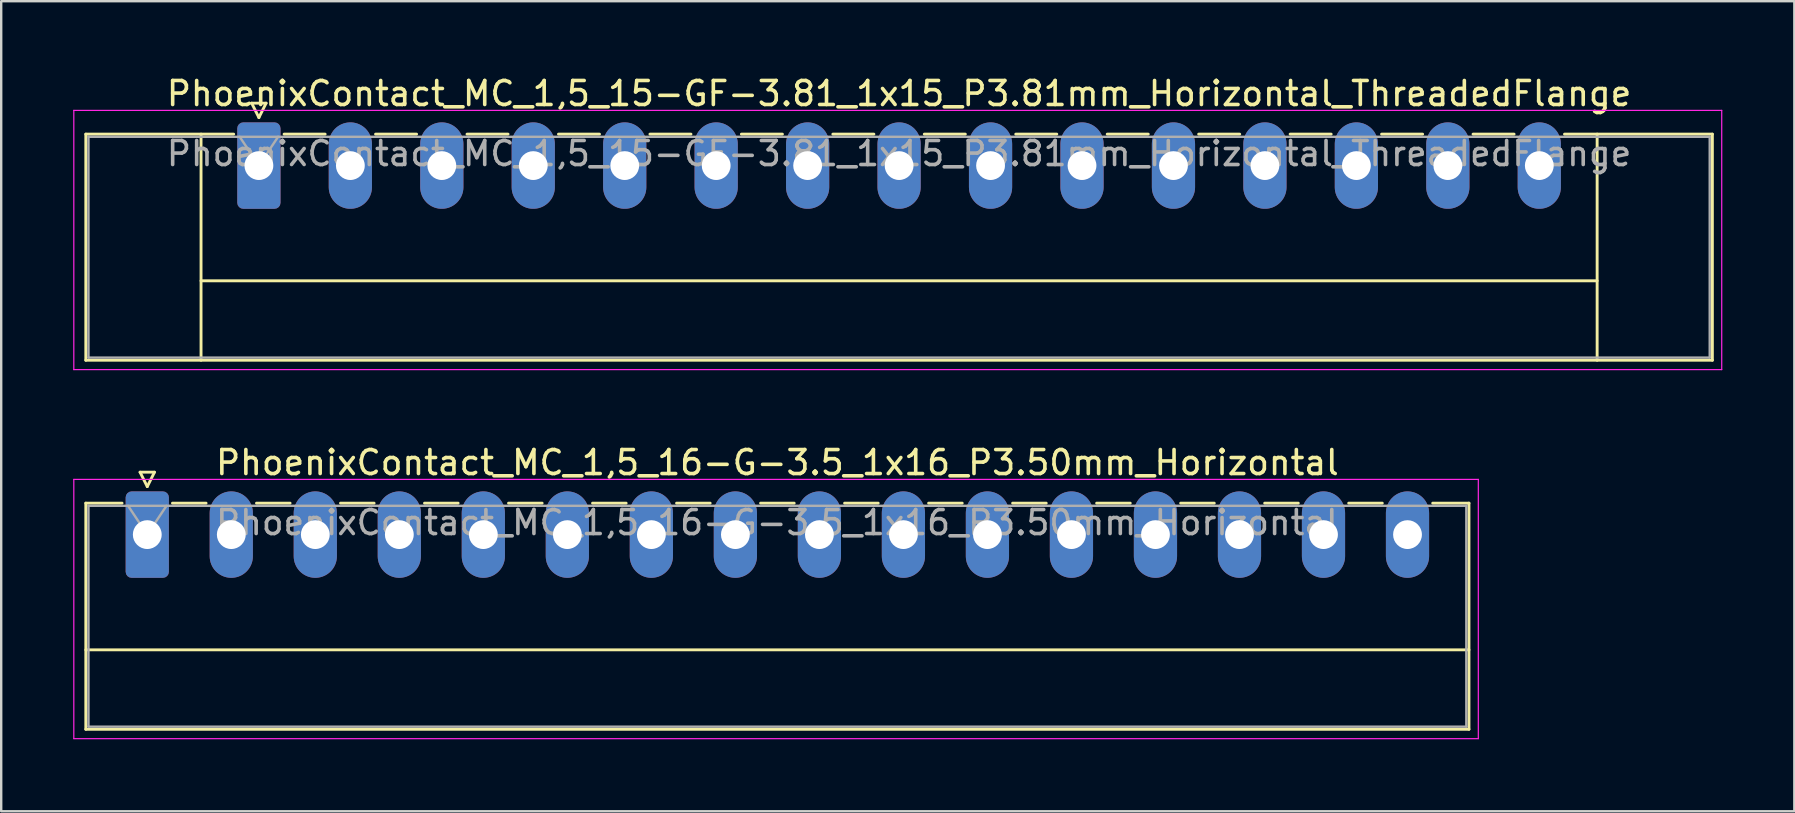
<source format=kicad_pcb>
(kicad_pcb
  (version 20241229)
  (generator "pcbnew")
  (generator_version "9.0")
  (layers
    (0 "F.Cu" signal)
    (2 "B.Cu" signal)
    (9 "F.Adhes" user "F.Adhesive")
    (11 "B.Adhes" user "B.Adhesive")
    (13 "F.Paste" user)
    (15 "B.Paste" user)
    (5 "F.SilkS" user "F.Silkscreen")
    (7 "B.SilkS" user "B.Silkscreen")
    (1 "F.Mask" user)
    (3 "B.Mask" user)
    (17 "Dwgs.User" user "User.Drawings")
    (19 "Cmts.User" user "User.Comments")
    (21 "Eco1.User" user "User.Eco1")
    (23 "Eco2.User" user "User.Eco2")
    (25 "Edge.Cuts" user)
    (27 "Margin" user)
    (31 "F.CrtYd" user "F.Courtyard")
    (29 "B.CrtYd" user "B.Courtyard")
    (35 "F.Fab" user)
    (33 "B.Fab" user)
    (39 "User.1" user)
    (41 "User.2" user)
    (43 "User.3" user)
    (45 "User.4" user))
  (footprint "PhoenixContact_MC_1,5_15-GF-3.81_1x15_P3.81mm_Horizontal_ThreadedFlange"
    (layer "F.Cu")
    (at 7.735 3.848)
    (property "Reference" "PhoenixContact_MC_1,5_15-GF-3.81_1x15_P3.81mm_Horizontal_ThreadedFlange" (at 26.67 -3 0) (layer "F.SilkS") (effects (font (size 1 1) (thickness 0.15))))
    (attr through_hole)
    (fp_line (start -7.21 -1.31) (end -7.21 8.11) (stroke (width 0.12) (type solid)) (layer "F.SilkS"))
    (fp_line (start -7.21 -1.31) (end -1.05 -1.31) (stroke (width 0.12) (type solid)) (layer "F.SilkS"))
    (fp_line (start -7.21 8.11) (end 60.55 8.11) (stroke (width 0.12) (type solid)) (layer "F.SilkS"))
    (fp_line (start -2.41 -1.31) (end -2.41 8.11) (stroke (width 0.12) (type solid)) (layer "F.SilkS"))
    (fp_line (start -2.41 4.8) (end 55.75 4.8) (stroke (width 0.12) (type solid)) (layer "F.SilkS"))
    (fp_line (start -0.3 -2.6) (end 0.3 -2.6) (stroke (width 0.12) (type solid)) (layer "F.SilkS"))
    (fp_line (start 0 -2) (end -0.3 -2.6) (stroke (width 0.12) (type solid)) (layer "F.SilkS"))
    (fp_line (start 0.3 -2.6) (end 0 -2) (stroke (width 0.12) (type solid)) (layer "F.SilkS"))
    (fp_line (start 1.05 -1.31) (end 2.76 -1.31) (stroke (width 0.12) (type solid)) (layer "F.SilkS"))
    (fp_line (start 4.86 -1.31) (end 6.57 -1.31) (stroke (width 0.12) (type solid)) (layer "F.SilkS"))
    (fp_line (start 8.67 -1.31) (end 10.38 -1.31) (stroke (width 0.12) (type solid)) (layer "F.SilkS"))
    (fp_line (start 12.48 -1.31) (end 14.19 -1.31) (stroke (width 0.12) (type solid)) (layer "F.SilkS"))
    (fp_line (start 16.29 -1.31) (end 18 -1.31) (stroke (width 0.12) (type solid)) (layer "F.SilkS"))
    (fp_line (start 20.1 -1.31) (end 21.81 -1.31) (stroke (width 0.12) (type solid)) (layer "F.SilkS"))
    (fp_line (start 23.91 -1.31) (end 25.62 -1.31) (stroke (width 0.12) (type solid)) (layer "F.SilkS"))
    (fp_line (start 27.72 -1.31) (end 29.43 -1.31) (stroke (width 0.12) (type solid)) (layer "F.SilkS"))
    (fp_line (start 31.53 -1.31) (end 33.24 -1.31) (stroke (width 0.12) (type solid)) (layer "F.SilkS"))
    (fp_line (start 35.34 -1.31) (end 37.05 -1.31) (stroke (width 0.12) (type solid)) (layer "F.SilkS"))
    (fp_line (start 39.15 -1.31) (end 40.86 -1.31) (stroke (width 0.12) (type solid)) (layer "F.SilkS"))
    (fp_line (start 42.96 -1.31) (end 44.67 -1.31) (stroke (width 0.12) (type solid)) (layer "F.SilkS"))
    (fp_line (start 46.77 -1.31) (end 48.48 -1.31) (stroke (width 0.12) (type solid)) (layer "F.SilkS"))
    (fp_line (start 50.58 -1.31) (end 52.29 -1.31) (stroke (width 0.12) (type solid)) (layer "F.SilkS"))
    (fp_line (start 55.75 -1.31) (end 55.75 8.11) (stroke (width 0.12) (type solid)) (layer "F.SilkS"))
    (fp_line (start 60.55 -1.31) (end 54.39 -1.31) (stroke (width 0.12) (type solid)) (layer "F.SilkS"))
    (fp_line (start 60.55 8.11) (end 60.55 -1.31) (stroke (width 0.12) (type solid)) (layer "F.SilkS"))
    (fp_line (start -7.71 -2.3) (end -7.71 8.5) (stroke (width 0.05) (type solid)) (layer "F.CrtYd"))
    (fp_line (start -7.71 8.5) (end 60.94 8.5) (stroke (width 0.05) (type solid)) (layer "F.CrtYd"))
    (fp_line (start 60.94 -2.3) (end -7.71 -2.3) (stroke (width 0.05) (type solid)) (layer "F.CrtYd"))
    (fp_line (start 60.94 8.5) (end 60.94 -2.3) (stroke (width 0.05) (type solid)) (layer "F.CrtYd"))
    (fp_line (start -7.1 -1.2) (end -7.1 8) (stroke (width 0.1) (type solid)) (layer "F.Fab"))
    (fp_line (start -7.1 8) (end 60.44 8) (stroke (width 0.1) (type solid)) (layer "F.Fab"))
    (fp_line (start 0 0) (end -0.8 -1.2) (stroke (width 0.1) (type solid)) (layer "F.Fab"))
    (fp_line (start 0.8 -1.2) (end 0 0) (stroke (width 0.1) (type solid)) (layer "F.Fab"))
    (fp_line (start 60.44 -1.2) (end -7.1 -1.2) (stroke (width 0.1) (type solid)) (layer "F.Fab"))
    (fp_line (start 60.44 8) (end 60.44 -1.2) (stroke (width 0.1) (type solid)) (layer "F.Fab"))
    (fp_text user "${REFERENCE}" (at 26.67 -0.5 0) (layer "F.Fab") (effects (font (size 1 1) (thickness 0.15))))
    (pad "1" thru_hole roundrect (at 0 0) (size 1.8 3.6) (drill 1.2) (layers "*.Cu" "*.Mask") (roundrect_rratio 0.139))
    (pad "2" thru_hole oval (at 3.81 0) (size 1.8 3.6) (drill 1.2) (layers "*.Cu" "*.Mask"))
    (pad "3" thru_hole oval (at 7.62 0) (size 1.8 3.6) (drill 1.2) (layers "*.Cu" "*.Mask"))
    (pad "4" thru_hole oval (at 11.43 0) (size 1.8 3.6) (drill 1.2) (layers "*.Cu" "*.Mask"))
    (pad "5" thru_hole oval (at 15.24 0) (size 1.8 3.6) (drill 1.2) (layers "*.Cu" "*.Mask"))
    (pad "6" thru_hole oval (at 19.05 0) (size 1.8 3.6) (drill 1.2) (layers "*.Cu" "*.Mask"))
    (pad "7" thru_hole oval (at 22.86 0) (size 1.8 3.6) (drill 1.2) (layers "*.Cu" "*.Mask"))
    (pad "8" thru_hole oval (at 26.67 0) (size 1.8 3.6) (drill 1.2) (layers "*.Cu" "*.Mask"))
    (pad "9" thru_hole oval (at 30.48 0) (size 1.8 3.6) (drill 1.2) (layers "*.Cu" "*.Mask"))
    (pad "10" thru_hole oval (at 34.29 0) (size 1.8 3.6) (drill 1.2) (layers "*.Cu" "*.Mask"))
    (pad "11" thru_hole oval (at 38.1 0) (size 1.8 3.6) (drill 1.2) (layers "*.Cu" "*.Mask"))
    (pad "12" thru_hole oval (at 41.91 0) (size 1.8 3.6) (drill 1.2) (layers "*.Cu" "*.Mask"))
    (pad "13" thru_hole oval (at 45.72 0) (size 1.8 3.6) (drill 1.2) (layers "*.Cu" "*.Mask"))
    (pad "14" thru_hole oval (at 49.53 0) (size 1.8 3.6) (drill 1.2) (layers "*.Cu" "*.Mask"))
    (pad "15" thru_hole oval (at 53.34 0) (size 1.8 3.6) (drill 1.2) (layers "*.Cu" "*.Mask")))
  (footprint "PhoenixContact_MC_1,5_16-G-3.5_1x16_P3.50mm_Horizontal"
    (layer "F.Cu")
    (at 3.085 19.221)
    (property "Reference" "PhoenixContact_MC_1,5_16-G-3.5_1x16_P3.50mm_Horizontal" (at 26.25 -3 0) (layer "F.SilkS") (effects (font (size 1 1) (thickness 0.15))))
    (attr through_hole)
    (fp_line (start -2.56 -1.31) (end -2.56 8.11) (stroke (width 0.12) (type solid)) (layer "F.SilkS"))
    (fp_line (start -2.56 -1.31) (end -1.05 -1.31) (stroke (width 0.12) (type solid)) (layer "F.SilkS"))
    (fp_line (start -2.56 4.8) (end 55.06 4.8) (stroke (width 0.12) (type solid)) (layer "F.SilkS"))
    (fp_line (start -2.56 8.11) (end 55.06 8.11) (stroke (width 0.12) (type solid)) (layer "F.SilkS"))
    (fp_line (start -0.3 -2.6) (end 0.3 -2.6) (stroke (width 0.12) (type solid)) (layer "F.SilkS"))
    (fp_line (start 0 -2) (end -0.3 -2.6) (stroke (width 0.12) (type solid)) (layer "F.SilkS"))
    (fp_line (start 0.3 -2.6) (end 0 -2) (stroke (width 0.12) (type solid)) (layer "F.SilkS"))
    (fp_line (start 1.05 -1.31) (end 2.45 -1.31) (stroke (width 0.12) (type solid)) (layer "F.SilkS"))
    (fp_line (start 4.55 -1.31) (end 5.95 -1.31) (stroke (width 0.12) (type solid)) (layer "F.SilkS"))
    (fp_line (start 8.05 -1.31) (end 9.45 -1.31) (stroke (width 0.12) (type solid)) (layer "F.SilkS"))
    (fp_line (start 11.55 -1.31) (end 12.95 -1.31) (stroke (width 0.12) (type solid)) (layer "F.SilkS"))
    (fp_line (start 15.05 -1.31) (end 16.45 -1.31) (stroke (width 0.12) (type solid)) (layer "F.SilkS"))
    (fp_line (start 18.55 -1.31) (end 19.95 -1.31) (stroke (width 0.12) (type solid)) (layer "F.SilkS"))
    (fp_line (start 22.05 -1.31) (end 23.45 -1.31) (stroke (width 0.12) (type solid)) (layer "F.SilkS"))
    (fp_line (start 25.55 -1.31) (end 26.95 -1.31) (stroke (width 0.12) (type solid)) (layer "F.SilkS"))
    (fp_line (start 29.05 -1.31) (end 30.45 -1.31) (stroke (width 0.12) (type solid)) (layer "F.SilkS"))
    (fp_line (start 32.55 -1.31) (end 33.95 -1.31) (stroke (width 0.12) (type solid)) (layer "F.SilkS"))
    (fp_line (start 36.05 -1.31) (end 37.45 -1.31) (stroke (width 0.12) (type solid)) (layer "F.SilkS"))
    (fp_line (start 39.55 -1.31) (end 40.95 -1.31) (stroke (width 0.12) (type solid)) (layer "F.SilkS"))
    (fp_line (start 43.05 -1.31) (end 44.45 -1.31) (stroke (width 0.12) (type solid)) (layer "F.SilkS"))
    (fp_line (start 46.55 -1.31) (end 47.95 -1.31) (stroke (width 0.12) (type solid)) (layer "F.SilkS"))
    (fp_line (start 50.05 -1.31) (end 51.45 -1.31) (stroke (width 0.12) (type solid)) (layer "F.SilkS"))
    (fp_line (start 55.06 -1.31) (end 53.55 -1.31) (stroke (width 0.12) (type solid)) (layer "F.SilkS"))
    (fp_line (start 55.06 8.11) (end 55.06 -1.31) (stroke (width 0.12) (type solid)) (layer "F.SilkS"))
    (fp_line (start -3.06 -2.3) (end -3.06 8.5) (stroke (width 0.05) (type solid)) (layer "F.CrtYd"))
    (fp_line (start -3.06 8.5) (end 55.45 8.5) (stroke (width 0.05) (type solid)) (layer "F.CrtYd"))
    (fp_line (start 55.45 -2.3) (end -3.06 -2.3) (stroke (width 0.05) (type solid)) (layer "F.CrtYd"))
    (fp_line (start 55.45 8.5) (end 55.45 -2.3) (stroke (width 0.05) (type solid)) (layer "F.CrtYd"))
    (fp_line (start -2.45 -1.2) (end -2.45 8) (stroke (width 0.1) (type solid)) (layer "F.Fab"))
    (fp_line (start -2.45 8) (end 54.95 8) (stroke (width 0.1) (type solid)) (layer "F.Fab"))
    (fp_line (start 0 0) (end -0.8 -1.2) (stroke (width 0.1) (type solid)) (layer "F.Fab"))
    (fp_line (start 0.8 -1.2) (end 0 0) (stroke (width 0.1) (type solid)) (layer "F.Fab"))
    (fp_line (start 54.95 -1.2) (end -2.45 -1.2) (stroke (width 0.1) (type solid)) (layer "F.Fab"))
    (fp_line (start 54.95 8) (end 54.95 -1.2) (stroke (width 0.1) (type solid)) (layer "F.Fab"))
    (fp_text user "${REFERENCE}" (at 26.25 -0.5 0) (layer "F.Fab") (effects (font (size 1 1) (thickness 0.15))))
    (pad "1" thru_hole roundrect (at 0 0) (size 1.8 3.6) (drill 1.2) (layers "*.Cu" "*.Mask") (roundrect_rratio 0.139))
    (pad "2" thru_hole oval (at 3.5 0) (size 1.8 3.6) (drill 1.2) (layers "*.Cu" "*.Mask"))
    (pad "3" thru_hole oval (at 7 0) (size 1.8 3.6) (drill 1.2) (layers "*.Cu" "*.Mask"))
    (pad "4" thru_hole oval (at 10.5 0) (size 1.8 3.6) (drill 1.2) (layers "*.Cu" "*.Mask"))
    (pad "5" thru_hole oval (at 14 0) (size 1.8 3.6) (drill 1.2) (layers "*.Cu" "*.Mask"))
    (pad "6" thru_hole oval (at 17.5 0) (size 1.8 3.6) (drill 1.2) (layers "*.Cu" "*.Mask"))
    (pad "7" thru_hole oval (at 21 0) (size 1.8 3.6) (drill 1.2) (layers "*.Cu" "*.Mask"))
    (pad "8" thru_hole oval (at 24.5 0) (size 1.8 3.6) (drill 1.2) (layers "*.Cu" "*.Mask"))
    (pad "9" thru_hole oval (at 28 0) (size 1.8 3.6) (drill 1.2) (layers "*.Cu" "*.Mask"))
    (pad "10" thru_hole oval (at 31.5 0) (size 1.8 3.6) (drill 1.2) (layers "*.Cu" "*.Mask"))
    (pad "11" thru_hole oval (at 35 0) (size 1.8 3.6) (drill 1.2) (layers "*.Cu" "*.Mask"))
    (pad "12" thru_hole oval (at 38.5 0) (size 1.8 3.6) (drill 1.2) (layers "*.Cu" "*.Mask"))
    (pad "13" thru_hole oval (at 42 0) (size 1.8 3.6) (drill 1.2) (layers "*.Cu" "*.Mask"))
    (pad "14" thru_hole oval (at 45.5 0) (size 1.8 3.6) (drill 1.2) (layers "*.Cu" "*.Mask"))
    (pad "15" thru_hole oval (at 49 0) (size 1.8 3.6) (drill 1.2) (layers "*.Cu" "*.Mask"))
    (pad "16" thru_hole oval (at 52.5 0) (size 1.8 3.6) (drill 1.2) (layers "*.Cu" "*.Mask")))
  (gr_rect
    (start -3 -3)
    (end 71.7 30.747)
    (stroke (width 0.1) (type default))
    (fill no)
    (layer "Edge.Cuts")))
</source>
